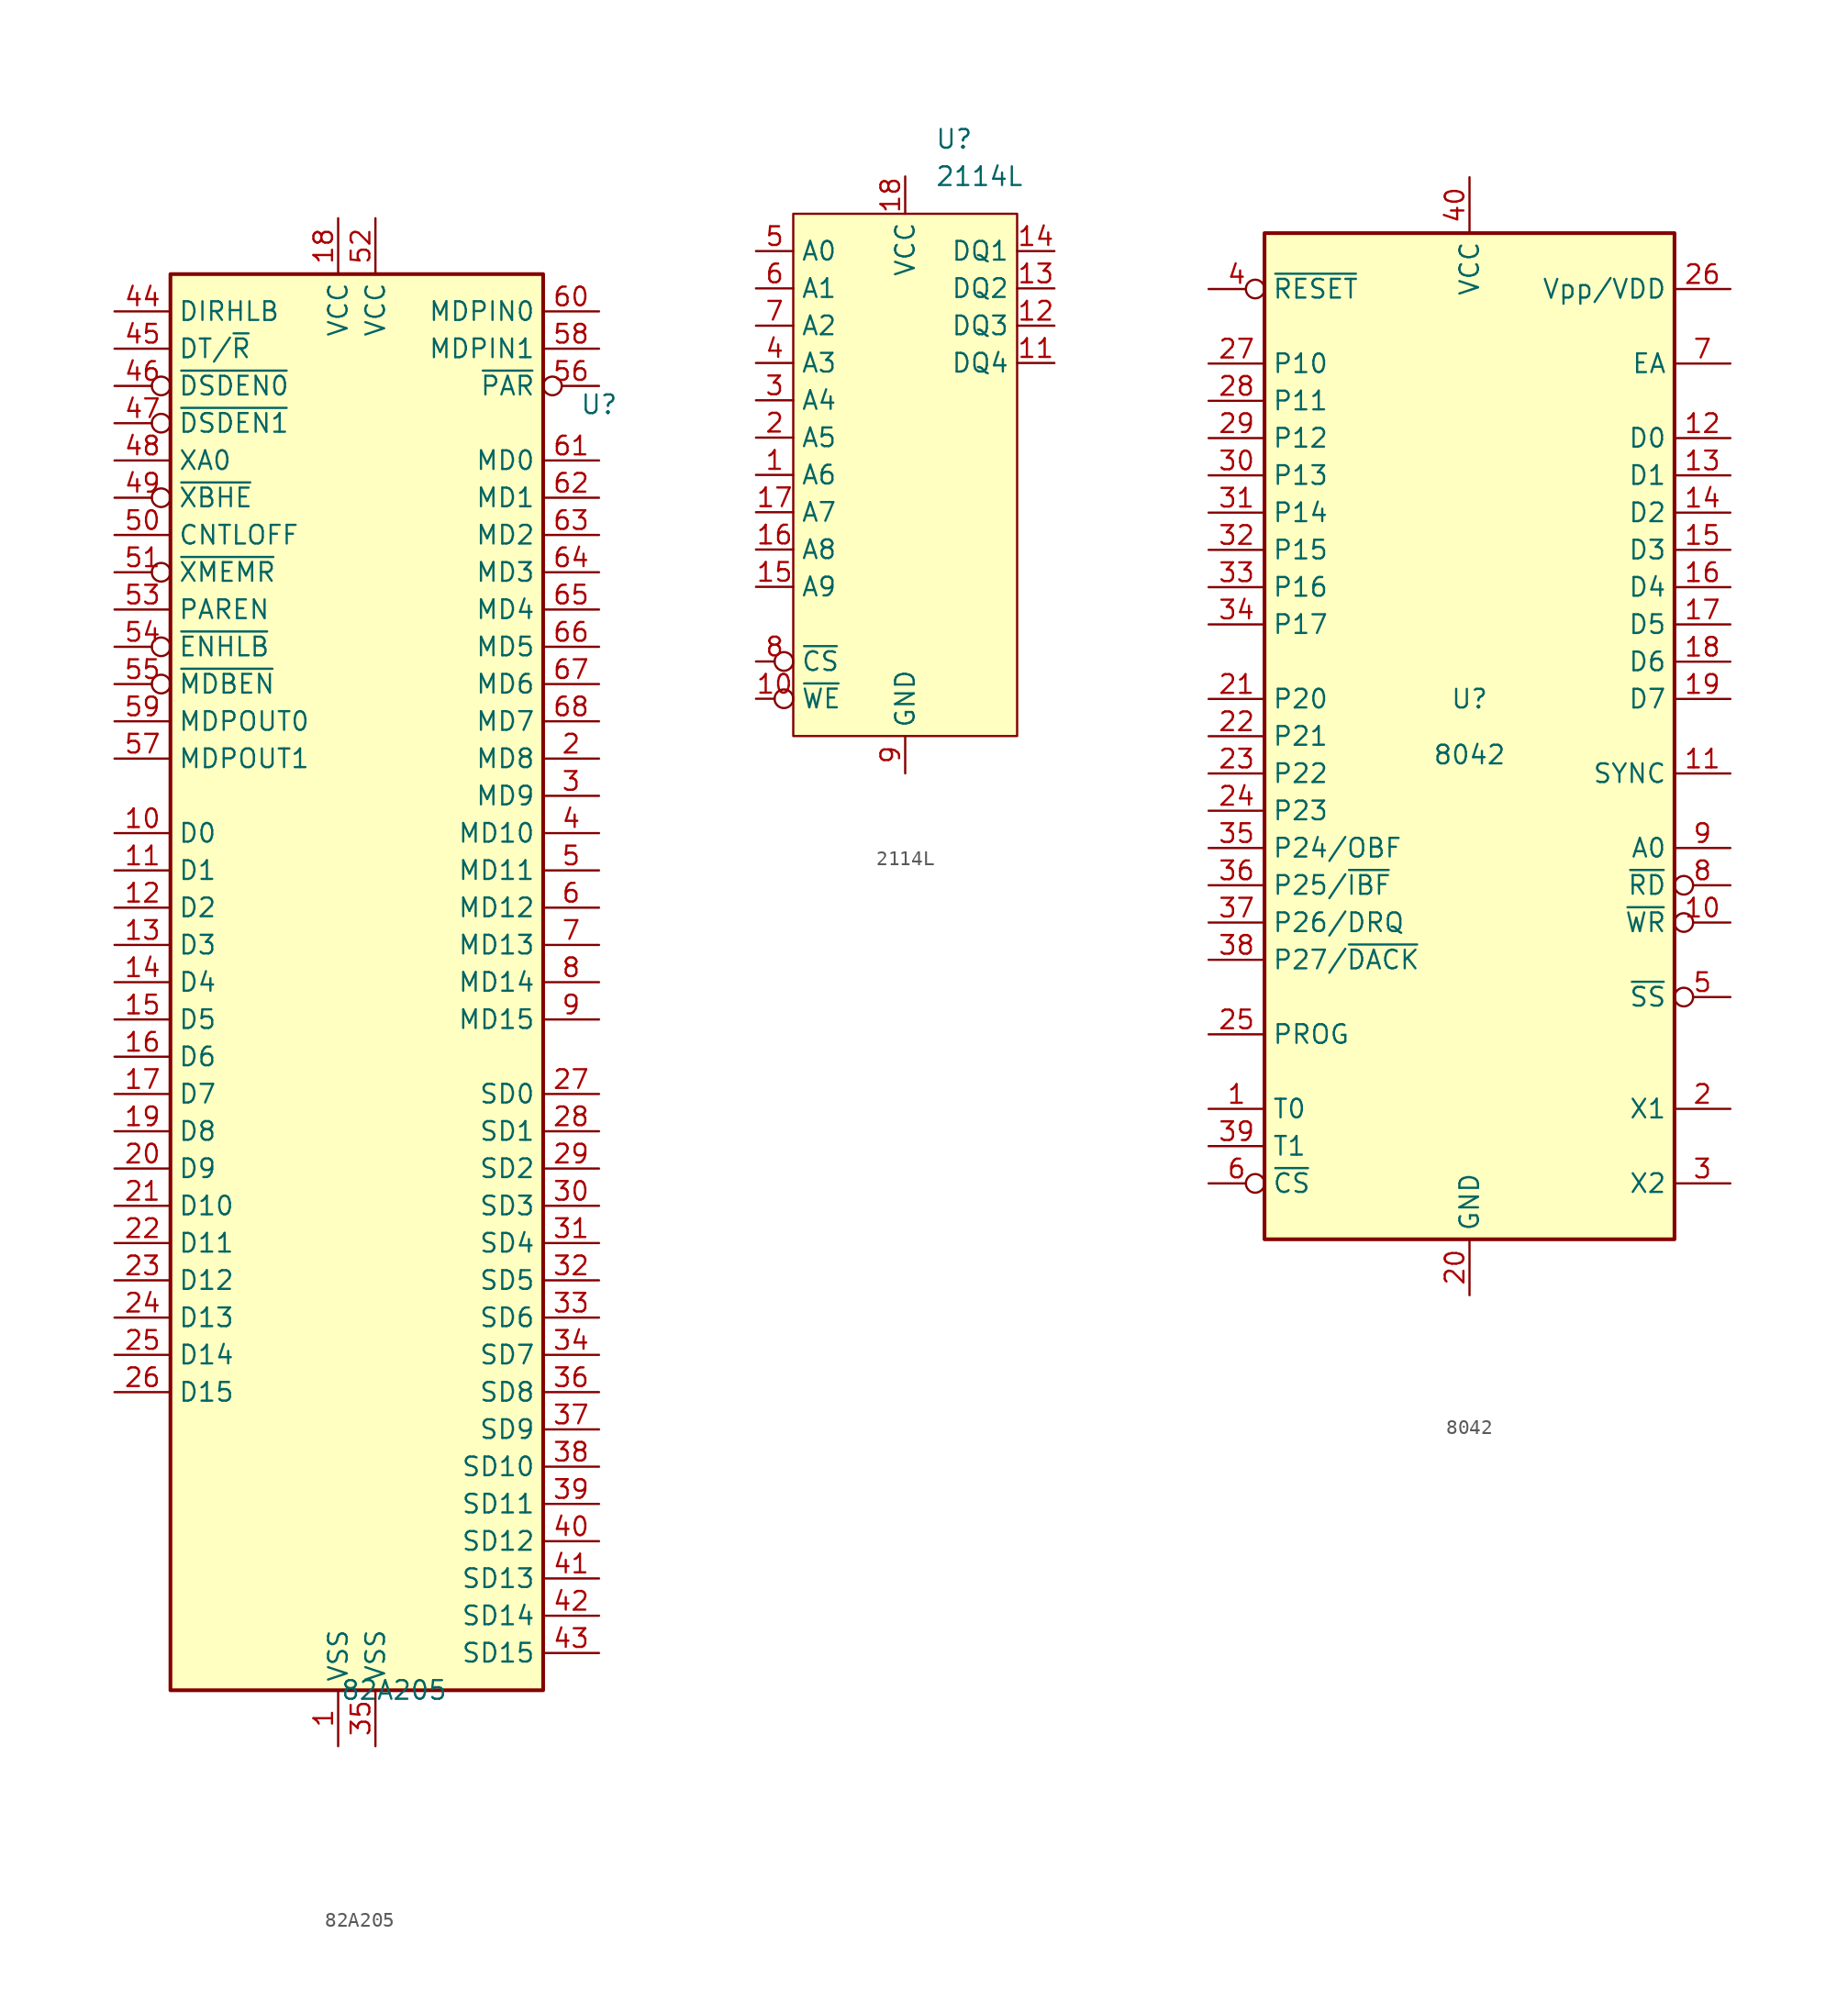
<source format=kicad_sym>
(kicad_symbol_lib
  (version 20231120)
  (generator "kicad_symbol_editor")
  (generator_version "8.0")
  (symbol "82A205"
    (property "Reference" "U"
      (at 16.51 39.37 0)
      (effects (font (size 1.27 1.27))))
    (property "Value" "82A205"
      (at 2.54 -48.26 0)
      (effects (font (size 1.27 1.27))))
    (symbol "82A205_1_1"
      (rectangle (start -12.7 48.26) (end 12.7 -48.26) (stroke (width 0.254) (type default)) (fill (type background)))
      (pin power_in line (at -1.27 -52.07 90) (length 3.81) (name "VSS" (effects (font (size 1.27 1.27)))) (number "1" (effects (font (size 1.27 1.27)))))
      (pin bidirectional line (at -16.51 10.16 0) (length 3.81) (name "D0" (effects (font (size 1.27 1.27)))) (number "10" (effects (font (size 1.27 1.27)))))
      (pin bidirectional line (at -16.51 7.62 0) (length 3.81) (name "D1" (effects (font (size 1.27 1.27)))) (number "11" (effects (font (size 1.27 1.27)))))
      (pin bidirectional line (at -16.51 5.08 0) (length 3.81) (name "D2" (effects (font (size 1.27 1.27)))) (number "12" (effects (font (size 1.27 1.27)))))
      (pin bidirectional line (at -16.51 2.54 0) (length 3.81) (name "D3" (effects (font (size 1.27 1.27)))) (number "13" (effects (font (size 1.27 1.27)))))
      (pin bidirectional line (at -16.51 0 0) (length 3.81) (name "D4" (effects (font (size 1.27 1.27)))) (number "14" (effects (font (size 1.27 1.27)))))
      (pin bidirectional line (at -16.51 -2.54 0) (length 3.81) (name "D5" (effects (font (size 1.27 1.27)))) (number "15" (effects (font (size 1.27 1.27)))))
      (pin bidirectional line (at -16.51 -5.08 0) (length 3.81) (name "D6" (effects (font (size 1.27 1.27)))) (number "16" (effects (font (size 1.27 1.27)))))
      (pin bidirectional line (at -16.51 -7.62 0) (length 3.81) (name "D7" (effects (font (size 1.27 1.27)))) (number "17" (effects (font (size 1.27 1.27)))))
      (pin power_in line (at -1.27 52.07 270) (length 3.81) (name "VCC" (effects (font (size 1.27 1.27)))) (number "18" (effects (font (size 1.27 1.27)))))
      (pin bidirectional line (at -16.51 -10.16 0) (length 3.81) (name "D8" (effects (font (size 1.27 1.27)))) (number "19" (effects (font (size 1.27 1.27)))))
      (pin bidirectional line (at 16.51 15.24 180) (length 3.81) (name "MD8" (effects (font (size 1.27 1.27)))) (number "2" (effects (font (size 1.27 1.27)))))
      (pin bidirectional line (at -16.51 -12.7 0) (length 3.81) (name "D9" (effects (font (size 1.27 1.27)))) (number "20" (effects (font (size 1.27 1.27)))))
      (pin bidirectional line (at -16.51 -15.24 0) (length 3.81) (name "D10" (effects (font (size 1.27 1.27)))) (number "21" (effects (font (size 1.27 1.27)))))
      (pin bidirectional line (at -16.51 -17.78 0) (length 3.81) (name "D11" (effects (font (size 1.27 1.27)))) (number "22" (effects (font (size 1.27 1.27)))))
      (pin bidirectional line (at -16.51 -20.32 0) (length 3.81) (name "D12" (effects (font (size 1.27 1.27)))) (number "23" (effects (font (size 1.27 1.27)))))
      (pin bidirectional line (at -16.51 -22.86 0) (length 3.81) (name "D13" (effects (font (size 1.27 1.27)))) (number "24" (effects (font (size 1.27 1.27)))))
      (pin bidirectional line (at -16.51 -25.4 0) (length 3.81) (name "D14" (effects (font (size 1.27 1.27)))) (number "25" (effects (font (size 1.27 1.27)))))
      (pin bidirectional line (at -16.51 -27.94 0) (length 3.81) (name "D15" (effects (font (size 1.27 1.27)))) (number "26" (effects (font (size 1.27 1.27)))))
      (pin bidirectional line (at 16.51 -7.62 180) (length 3.81) (name "SD0" (effects (font (size 1.27 1.27)))) (number "27" (effects (font (size 1.27 1.27)))))
      (pin bidirectional line (at 16.51 -10.16 180) (length 3.81) (name "SD1" (effects (font (size 1.27 1.27)))) (number "28" (effects (font (size 1.27 1.27)))))
      (pin bidirectional line (at 16.51 -12.7 180) (length 3.81) (name "SD2" (effects (font (size 1.27 1.27)))) (number "29" (effects (font (size 1.27 1.27)))))
      (pin bidirectional line (at 16.51 12.7 180) (length 3.81) (name "MD9" (effects (font (size 1.27 1.27)))) (number "3" (effects (font (size 1.27 1.27)))))
      (pin bidirectional line (at 16.51 -15.24 180) (length 3.81) (name "SD3" (effects (font (size 1.27 1.27)))) (number "30" (effects (font (size 1.27 1.27)))))
      (pin bidirectional line (at 16.51 -17.78 180) (length 3.81) (name "SD4" (effects (font (size 1.27 1.27)))) (number "31" (effects (font (size 1.27 1.27)))))
      (pin bidirectional line (at 16.51 -20.32 180) (length 3.81) (name "SD5" (effects (font (size 1.27 1.27)))) (number "32" (effects (font (size 1.27 1.27)))))
      (pin bidirectional line (at 16.51 -22.86 180) (length 3.81) (name "SD6" (effects (font (size 1.27 1.27)))) (number "33" (effects (font (size 1.27 1.27)))))
      (pin bidirectional line (at 16.51 -25.4 180) (length 3.81) (name "SD7" (effects (font (size 1.27 1.27)))) (number "34" (effects (font (size 1.27 1.27)))))
      (pin power_in line (at 1.27 -52.07 90) (length 3.81) (name "VSS" (effects (font (size 1.27 1.27)))) (number "35" (effects (font (size 1.27 1.27)))))
      (pin bidirectional line (at 16.51 -27.94 180) (length 3.81) (name "SD8" (effects (font (size 1.27 1.27)))) (number "36" (effects (font (size 1.27 1.27)))))
      (pin bidirectional line (at 16.51 -30.48 180) (length 3.81) (name "SD9" (effects (font (size 1.27 1.27)))) (number "37" (effects (font (size 1.27 1.27)))))
      (pin bidirectional line (at 16.51 -33.02 180) (length 3.81) (name "SD10" (effects (font (size 1.27 1.27)))) (number "38" (effects (font (size 1.27 1.27)))))
      (pin bidirectional line (at 16.51 -35.56 180) (length 3.81) (name "SD11" (effects (font (size 1.27 1.27)))) (number "39" (effects (font (size 1.27 1.27)))))
      (pin bidirectional line (at 16.51 10.16 180) (length 3.81) (name "MD10" (effects (font (size 1.27 1.27)))) (number "4" (effects (font (size 1.27 1.27)))))
      (pin bidirectional line (at 16.51 -38.1 180) (length 3.81) (name "SD12" (effects (font (size 1.27 1.27)))) (number "40" (effects (font (size 1.27 1.27)))))
      (pin bidirectional line (at 16.51 -40.64 180) (length 3.81) (name "SD13" (effects (font (size 1.27 1.27)))) (number "41" (effects (font (size 1.27 1.27)))))
      (pin bidirectional line (at 16.51 -43.18 180) (length 3.81) (name "SD14" (effects (font (size 1.27 1.27)))) (number "42" (effects (font (size 1.27 1.27)))))
      (pin bidirectional line (at 16.51 -45.72 180) (length 3.81) (name "SD15" (effects (font (size 1.27 1.27)))) (number "43" (effects (font (size 1.27 1.27)))))
      (pin input line (at -16.51 45.72 0) (length 3.81) (name "DIRHLB" (effects (font (size 1.27 1.27)))) (number "44" (effects (font (size 1.27 1.27)))))
      (pin input line (at -16.51 43.18 0) (length 3.81) (name "DT/~{R}" (effects (font (size 1.27 1.27)))) (number "45" (effects (font (size 1.27 1.27)))))
      (pin input inverted (at -16.51 40.64 0) (length 3.81) (name "~{DSDEN0}" (effects (font (size 1.27 1.27)))) (number "46" (effects (font (size 1.27 1.27)))))
      (pin input inverted (at -16.51 38.1 0) (length 3.81) (name "~{DSDEN1}" (effects (font (size 1.27 1.27)))) (number "47" (effects (font (size 1.27 1.27)))))
      (pin input line (at -16.51 35.56 0) (length 3.81) (name "XA0" (effects (font (size 1.27 1.27)))) (number "48" (effects (font (size 1.27 1.27)))))
      (pin input inverted (at -16.51 33.02 0) (length 3.81) (name "~{XBHE}" (effects (font (size 1.27 1.27)))) (number "49" (effects (font (size 1.27 1.27)))))
      (pin bidirectional line (at 16.51 7.62 180) (length 3.81) (name "MD11" (effects (font (size 1.27 1.27)))) (number "5" (effects (font (size 1.27 1.27)))))
      (pin input line (at -16.51 30.48 0) (length 3.81) (name "CNTLOFF" (effects (font (size 1.27 1.27)))) (number "50" (effects (font (size 1.27 1.27)))))
      (pin input inverted (at -16.51 27.94 0) (length 3.81) (name "~{XMEMR}" (effects (font (size 1.27 1.27)))) (number "51" (effects (font (size 1.27 1.27)))))
      (pin power_in line (at 1.27 52.07 270) (length 3.81) (name "VCC" (effects (font (size 1.27 1.27)))) (number "52" (effects (font (size 1.27 1.27)))))
      (pin input line (at -16.51 25.4 0) (length 3.81) (name "PAREN" (effects (font (size 1.27 1.27)))) (number "53" (effects (font (size 1.27 1.27)))))
      (pin input inverted (at -16.51 22.86 0) (length 3.81) (name "~{ENHLB}" (effects (font (size 1.27 1.27)))) (number "54" (effects (font (size 1.27 1.27)))))
      (pin input inverted (at -16.51 20.32 0) (length 3.81) (name "~{MDBEN}" (effects (font (size 1.27 1.27)))) (number "55" (effects (font (size 1.27 1.27)))))
      (pin output inverted (at 16.51 40.64 180) (length 3.81) (name "~{PAR}" (effects (font (size 1.27 1.27)))) (number "56" (effects (font (size 1.27 1.27)))))
      (pin input line (at -16.51 15.24 0) (length 3.81) (name "MDPOUT1" (effects (font (size 1.27 1.27)))) (number "57" (effects (font (size 1.27 1.27)))))
      (pin output line (at 16.51 43.18 180) (length 3.81) (name "MDPIN1" (effects (font (size 1.27 1.27)))) (number "58" (effects (font (size 1.27 1.27)))))
      (pin input line (at -16.51 17.78 0) (length 3.81) (name "MDPOUT0" (effects (font (size 1.27 1.27)))) (number "59" (effects (font (size 1.27 1.27)))))
      (pin bidirectional line (at 16.51 5.08 180) (length 3.81) (name "MD12" (effects (font (size 1.27 1.27)))) (number "6" (effects (font (size 1.27 1.27)))))
      (pin output line (at 16.51 45.72 180) (length 3.81) (name "MDPIN0" (effects (font (size 1.27 1.27)))) (number "60" (effects (font (size 1.27 1.27)))))
      (pin bidirectional line (at 16.51 35.56 180) (length 3.81) (name "MD0" (effects (font (size 1.27 1.27)))) (number "61" (effects (font (size 1.27 1.27)))))
      (pin bidirectional line (at 16.51 33.02 180) (length 3.81) (name "MD1" (effects (font (size 1.27 1.27)))) (number "62" (effects (font (size 1.27 1.27)))))
      (pin bidirectional line (at 16.51 30.48 180) (length 3.81) (name "MD2" (effects (font (size 1.27 1.27)))) (number "63" (effects (font (size 1.27 1.27)))))
      (pin bidirectional line (at 16.51 27.94 180) (length 3.81) (name "MD3" (effects (font (size 1.27 1.27)))) (number "64" (effects (font (size 1.27 1.27)))))
      (pin bidirectional line (at 16.51 25.4 180) (length 3.81) (name "MD4" (effects (font (size 1.27 1.27)))) (number "65" (effects (font (size 1.27 1.27)))))
      (pin bidirectional line (at 16.51 22.86 180) (length 3.81) (name "MD5" (effects (font (size 1.27 1.27)))) (number "66" (effects (font (size 1.27 1.27)))))
      (pin bidirectional line (at 16.51 20.32 180) (length 3.81) (name "MD6" (effects (font (size 1.27 1.27)))) (number "67" (effects (font (size 1.27 1.27)))))
      (pin bidirectional line (at 16.51 17.78 180) (length 3.81) (name "MD7" (effects (font (size 1.27 1.27)))) (number "68" (effects (font (size 1.27 1.27)))))
      (pin bidirectional line (at 16.51 2.54 180) (length 3.81) (name "MD13" (effects (font (size 1.27 1.27)))) (number "7" (effects (font (size 1.27 1.27)))))
      (pin bidirectional line (at 16.51 0 180) (length 3.81) (name "MD14" (effects (font (size 1.27 1.27)))) (number "8" (effects (font (size 1.27 1.27)))))
      (pin bidirectional line (at 16.51 -2.54 180) (length 3.81) (name "MD15" (effects (font (size 1.27 1.27)))) (number "9" (effects (font (size 1.27 1.27)))))))
  (symbol "2114L"
    (property "Reference" "U"
      (at 2.019 22.86 0)
      (effects (font (size 1.27 1.27)) (justify left)))
    (property "Value" "2114L"
      (at 2.019 20.32 0)
      (effects (font (size 1.27 1.27)) (justify left)))
    (symbol "2114L_0_1"
      (rectangle (start -7.62 17.78) (end 7.62 -17.78) (stroke (width 0) (type default)) (fill (type background))))
    (symbol "2114L_1_1"
      (pin input line (at -10.16 0 0) (length 2.54) (name "A6" (effects (font (size 1.27 1.27)))) (number "1" (effects (font (size 1.27 1.27)))))
      (pin input inverted (at -10.16 -15.24 0) (length 2.54) (name "~{WE}" (effects (font (size 1.27 1.27)))) (number "10" (effects (font (size 1.27 1.27)))))
      (pin bidirectional line (at 10.16 7.62 180) (length 2.54) (name "DQ4" (effects (font (size 1.27 1.27)))) (number "11" (effects (font (size 1.27 1.27)))))
      (pin bidirectional line (at 10.16 10.16 180) (length 2.54) (name "DQ3" (effects (font (size 1.27 1.27)))) (number "12" (effects (font (size 1.27 1.27)))))
      (pin bidirectional line (at 10.16 12.7 180) (length 2.54) (name "DQ2" (effects (font (size 1.27 1.27)))) (number "13" (effects (font (size 1.27 1.27)))))
      (pin bidirectional line (at 10.16 15.24 180) (length 2.54) (name "DQ1" (effects (font (size 1.27 1.27)))) (number "14" (effects (font (size 1.27 1.27)))))
      (pin input line (at -10.16 -7.62 0) (length 2.54) (name "A9" (effects (font (size 1.27 1.27)))) (number "15" (effects (font (size 1.27 1.27)))))
      (pin input line (at -10.16 -5.08 0) (length 2.54) (name "A8" (effects (font (size 1.27 1.27)))) (number "16" (effects (font (size 1.27 1.27)))))
      (pin input line (at -10.16 -2.54 0) (length 2.54) (name "A7" (effects (font (size 1.27 1.27)))) (number "17" (effects (font (size 1.27 1.27)))))
      (pin power_in line (at 0 20.32 270) (length 2.54) (name "VCC" (effects (font (size 1.27 1.27)))) (number "18" (effects (font (size 1.27 1.27)))))
      (pin input line (at -10.16 2.54 0) (length 2.54) (name "A5" (effects (font (size 1.27 1.27)))) (number "2" (effects (font (size 1.27 1.27)))))
      (pin input line (at -10.16 5.08 0) (length 2.54) (name "A4" (effects (font (size 1.27 1.27)))) (number "3" (effects (font (size 1.27 1.27)))))
      (pin input line (at -10.16 7.62 0) (length 2.54) (name "A3" (effects (font (size 1.27 1.27)))) (number "4" (effects (font (size 1.27 1.27)))))
      (pin input line (at -10.16 15.24 0) (length 2.54) (name "A0" (effects (font (size 1.27 1.27)))) (number "5" (effects (font (size 1.27 1.27)))))
      (pin input line (at -10.16 12.7 0) (length 2.54) (name "A1" (effects (font (size 1.27 1.27)))) (number "6" (effects (font (size 1.27 1.27)))))
      (pin input line (at -10.16 10.16 0) (length 2.54) (name "A2" (effects (font (size 1.27 1.27)))) (number "7" (effects (font (size 1.27 1.27)))))
      (pin input inverted (at -10.16 -12.7 0) (length 2.54) (name "~{CS}" (effects (font (size 1.27 1.27)))) (number "8" (effects (font (size 1.27 1.27)))))
      (pin power_in line (at 0 -20.32 90) (length 2.54) (name "GND" (effects (font (size 1.27 1.27)))) (number "9" (effects (font (size 1.27 1.27)))))))
  (symbol "8042"
    (property "Reference" "U"
      (at 0 2.54 0)
      (do_not_autoplace)
      (effects (font (size 1.27 1.27))))
    (property "Value" "8042"
      (at 0 -1.27 0)
      (do_not_autoplace)
      (effects (font (size 1.27 1.27))))
    (symbol "8042_1_1"
      (rectangle (start -13.97 34.29) (end 13.97 -34.29) (stroke (width 0.254) (type default)) (fill (type background)))
      (pin input line (at -17.78 -25.4 0) (length 3.81) (name "T0" (effects (font (size 1.27 1.27)))) (number "1" (effects (font (size 1.27 1.27)))))
      (pin input inverted (at 17.78 -12.7 180) (length 3.81) (name "~{WR}" (effects (font (size 1.27 1.27)))) (number "10" (effects (font (size 1.27 1.27)))))
      (pin output line (at 17.78 -2.54 180) (length 3.81) (name "SYNC" (effects (font (size 1.27 1.27)))) (number "11" (effects (font (size 1.27 1.27)))))
      (pin tri_state line (at 17.78 20.32 180) (length 3.81) (name "D0" (effects (font (size 1.27 1.27)))) (number "12" (effects (font (size 1.27 1.27)))))
      (pin tri_state line (at 17.78 17.78 180) (length 3.81) (name "D1" (effects (font (size 1.27 1.27)))) (number "13" (effects (font (size 1.27 1.27)))))
      (pin tri_state line (at 17.78 15.24 180) (length 3.81) (name "D2" (effects (font (size 1.27 1.27)))) (number "14" (effects (font (size 1.27 1.27)))))
      (pin tri_state line (at 17.78 12.7 180) (length 3.81) (name "D3" (effects (font (size 1.27 1.27)))) (number "15" (effects (font (size 1.27 1.27)))))
      (pin tri_state line (at 17.78 10.16 180) (length 3.81) (name "D4" (effects (font (size 1.27 1.27)))) (number "16" (effects (font (size 1.27 1.27)))))
      (pin tri_state line (at 17.78 7.62 180) (length 3.81) (name "D5" (effects (font (size 1.27 1.27)))) (number "17" (effects (font (size 1.27 1.27)))))
      (pin tri_state line (at 17.78 5.08 180) (length 3.81) (name "D6" (effects (font (size 1.27 1.27)))) (number "18" (effects (font (size 1.27 1.27)))))
      (pin tri_state line (at 17.78 2.54 180) (length 3.81) (name "D7" (effects (font (size 1.27 1.27)))) (number "19" (effects (font (size 1.27 1.27)))))
      (pin input line (at 17.78 -25.4 180) (length 3.81) (name "X1" (effects (font (size 1.27 1.27)))) (number "2" (effects (font (size 1.27 1.27)))))
      (pin power_in line (at 0 -38.1 90) (length 3.81) (name "GND" (effects (font (size 1.27 1.27)))) (number "20" (effects (font (size 1.27 1.27)))))
      (pin bidirectional line (at -17.78 2.54 0) (length 3.81) (name "P20" (effects (font (size 1.27 1.27)))) (number "21" (effects (font (size 1.27 1.27)))))
      (pin bidirectional line (at -17.78 0 0) (length 3.81) (name "P21" (effects (font (size 1.27 1.27)))) (number "22" (effects (font (size 1.27 1.27)))))
      (pin bidirectional line (at -17.78 -2.54 0) (length 3.81) (name "P22" (effects (font (size 1.27 1.27)))) (number "23" (effects (font (size 1.27 1.27)))))
      (pin bidirectional line (at -17.78 -5.08 0) (length 3.81) (name "P23" (effects (font (size 1.27 1.27)))) (number "24" (effects (font (size 1.27 1.27)))))
      (pin bidirectional line (at -17.78 -20.32 0) (length 3.81) (name "PROG" (effects (font (size 1.27 1.27)))) (number "25" (effects (font (size 1.27 1.27)))))
      (pin power_in line (at 17.78 30.48 180) (length 3.81) (name "Vpp/VDD" (effects (font (size 1.27 1.27)))) (number "26" (effects (font (size 1.27 1.27)))))
      (pin bidirectional line (at -17.78 25.4 0) (length 3.81) (name "P10" (effects (font (size 1.27 1.27)))) (number "27" (effects (font (size 1.27 1.27)))))
      (pin bidirectional line (at -17.78 22.86 0) (length 3.81) (name "P11" (effects (font (size 1.27 1.27)))) (number "28" (effects (font (size 1.27 1.27)))))
      (pin bidirectional line (at -17.78 20.32 0) (length 3.81) (name "P12" (effects (font (size 1.27 1.27)))) (number "29" (effects (font (size 1.27 1.27)))))
      (pin output line (at 17.78 -30.48 180) (length 3.81) (name "X2" (effects (font (size 1.27 1.27)))) (number "3" (effects (font (size 1.27 1.27)))))
      (pin bidirectional line (at -17.78 17.78 0) (length 3.81) (name "P13" (effects (font (size 1.27 1.27)))) (number "30" (effects (font (size 1.27 1.27)))))
      (pin bidirectional line (at -17.78 15.24 0) (length 3.81) (name "P14" (effects (font (size 1.27 1.27)))) (number "31" (effects (font (size 1.27 1.27)))))
      (pin bidirectional line (at -17.78 12.7 0) (length 3.81) (name "P15" (effects (font (size 1.27 1.27)))) (number "32" (effects (font (size 1.27 1.27)))))
      (pin bidirectional line (at -17.78 10.16 0) (length 3.81) (name "P16" (effects (font (size 1.27 1.27)))) (number "33" (effects (font (size 1.27 1.27)))))
      (pin bidirectional line (at -17.78 7.62 0) (length 3.81) (name "P17" (effects (font (size 1.27 1.27)))) (number "34" (effects (font (size 1.27 1.27)))))
      (pin bidirectional line (at -17.78 -7.62 0) (length 3.81) (name "P24/OBF" (effects (font (size 1.27 1.27)))) (number "35" (effects (font (size 1.27 1.27)))))
      (pin bidirectional line (at -17.78 -10.16 0) (length 3.81) (name "P25/~{IBF}" (effects (font (size 1.27 1.27)))) (number "36" (effects (font (size 1.27 1.27)))))
      (pin bidirectional line (at -17.78 -12.7 0) (length 3.81) (name "P26/DRQ" (effects (font (size 1.27 1.27)))) (number "37" (effects (font (size 1.27 1.27)))))
      (pin bidirectional line (at -17.78 -15.24 0) (length 3.81) (name "P27/~{DACK}" (effects (font (size 1.27 1.27)))) (number "38" (effects (font (size 1.27 1.27)))))
      (pin input line (at -17.78 -27.94 0) (length 3.81) (name "T1" (effects (font (size 1.27 1.27)))) (number "39" (effects (font (size 1.27 1.27)))))
      (pin input inverted (at -17.78 30.48 0) (length 3.81) (name "~{RESET}" (effects (font (size 1.27 1.27)))) (number "4" (effects (font (size 1.27 1.27)))))
      (pin power_in line (at 0 38.1 270) (length 3.81) (name "VCC" (effects (font (size 1.27 1.27)))) (number "40" (effects (font (size 1.27 1.27)))))
      (pin input inverted (at 17.78 -17.78 180) (length 3.81) (name "~{SS}" (effects (font (size 1.27 1.27)))) (number "5" (effects (font (size 1.27 1.27)))))
      (pin input inverted (at -17.78 -30.48 0) (length 3.81) (name "~{CS}" (effects (font (size 1.27 1.27)))) (number "6" (effects (font (size 1.27 1.27)))))
      (pin input line (at 17.78 25.4 180) (length 3.81) (name "EA" (effects (font (size 1.27 1.27)))) (number "7" (effects (font (size 1.27 1.27)))))
      (pin input inverted (at 17.78 -10.16 180) (length 3.81) (name "~{RD}" (effects (font (size 1.27 1.27)))) (number "8" (effects (font (size 1.27 1.27)))))
      (pin input line (at 17.78 -7.62 180) (length 3.81) (name "A0" (effects (font (size 1.27 1.27)))) (number "9" (effects (font (size 1.27 1.27))))))))
</source>
